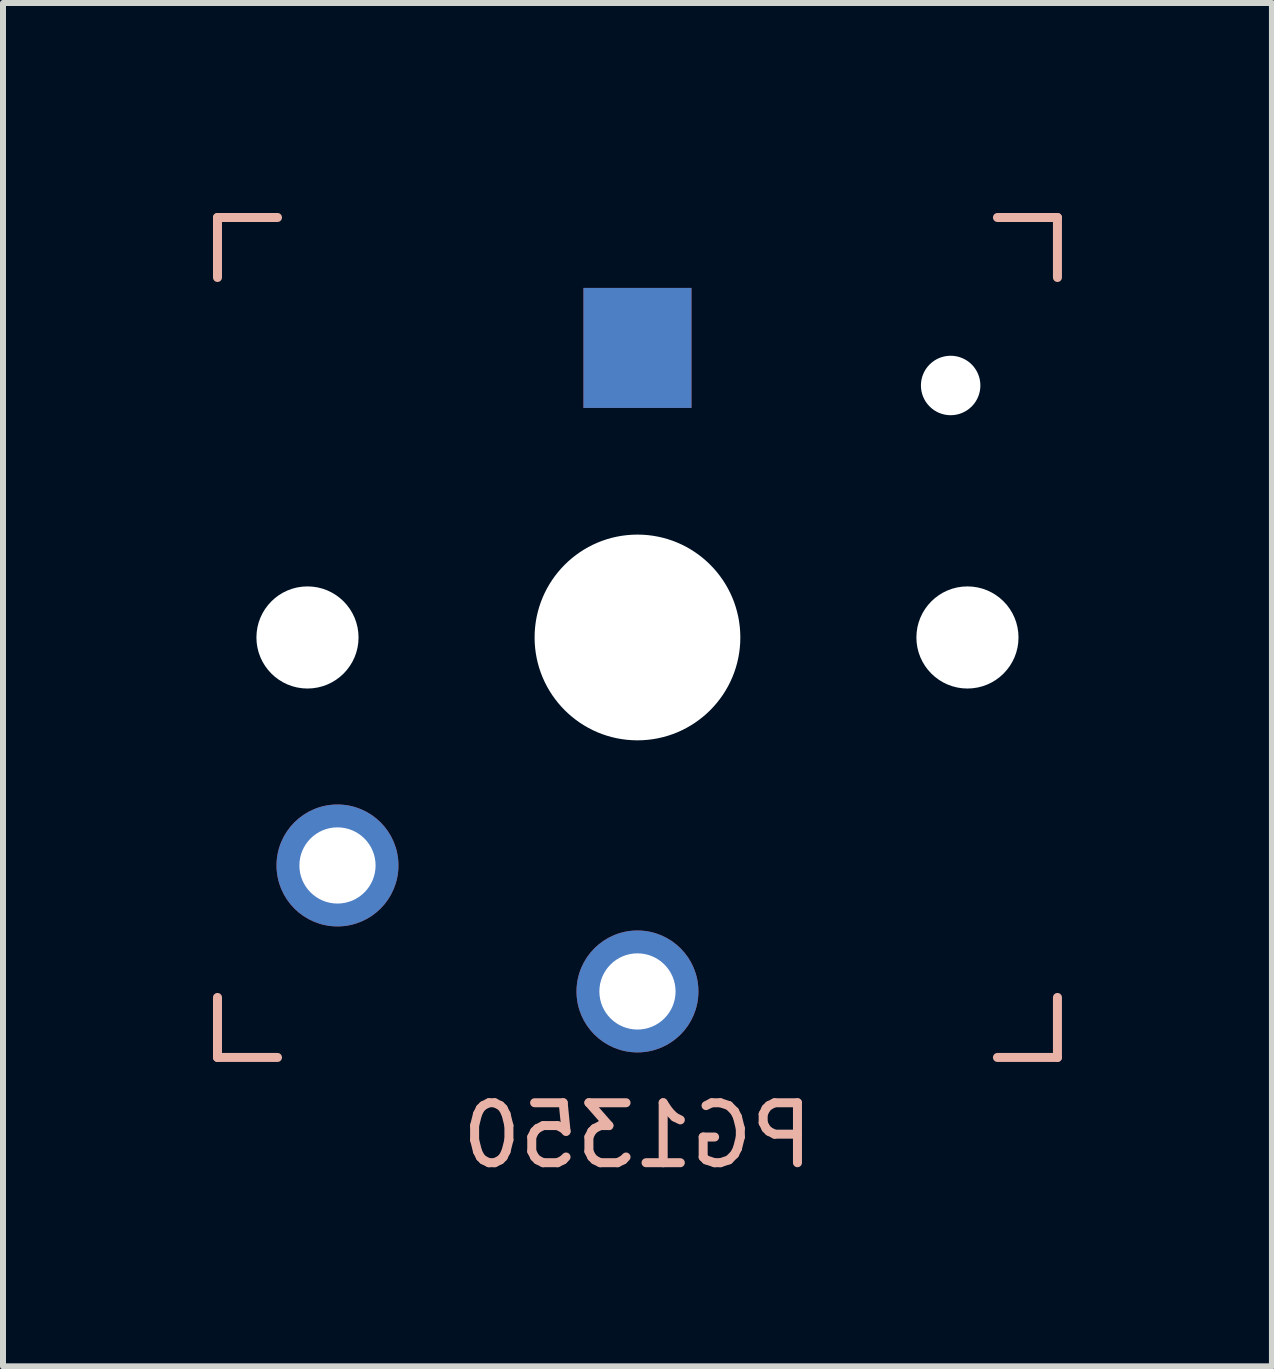
<source format=kicad_pcb>
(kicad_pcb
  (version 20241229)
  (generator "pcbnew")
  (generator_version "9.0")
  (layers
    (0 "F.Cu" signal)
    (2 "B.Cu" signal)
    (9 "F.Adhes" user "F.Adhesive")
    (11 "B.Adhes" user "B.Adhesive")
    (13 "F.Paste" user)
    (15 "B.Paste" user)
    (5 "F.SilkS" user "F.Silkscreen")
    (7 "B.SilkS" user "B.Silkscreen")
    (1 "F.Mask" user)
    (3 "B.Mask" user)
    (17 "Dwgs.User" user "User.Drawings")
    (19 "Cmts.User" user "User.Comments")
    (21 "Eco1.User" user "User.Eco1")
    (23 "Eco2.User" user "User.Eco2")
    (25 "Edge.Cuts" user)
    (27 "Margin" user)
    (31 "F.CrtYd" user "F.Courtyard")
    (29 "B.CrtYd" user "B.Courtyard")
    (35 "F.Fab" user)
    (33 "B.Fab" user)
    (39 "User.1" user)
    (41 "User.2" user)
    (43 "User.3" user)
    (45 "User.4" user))
  (footprint "PG1350"
    (layer "F.Cu")
    (at 7.575 7.575)
    (property "Reference" "PG1350" (at 0 8.3 0) (layer "B.SilkS") (effects (font (size 1 1) (thickness 0.15)) (justify mirror)))
    (attr through_hole)
    (fp_line (start -7 -7) (end -6 -7) (stroke (width 0.15) (type solid)) (layer "B.SilkS"))
    (fp_line (start -7 -6) (end -7 -7) (stroke (width 0.15) (type solid)) (layer "B.SilkS"))
    (fp_line (start -7 7) (end -7 6) (stroke (width 0.15) (type solid)) (layer "B.SilkS"))
    (fp_line (start -6 7) (end -7 7) (stroke (width 0.15) (type solid)) (layer "B.SilkS"))
    (fp_line (start 6 -7) (end 7 -7) (stroke (width 0.15) (type solid)) (layer "B.SilkS"))
    (fp_line (start 7 -7) (end 7 -6) (stroke (width 0.15) (type solid)) (layer "B.SilkS"))
    (fp_line (start 7 6) (end 7 7) (stroke (width 0.15) (type solid)) (layer "B.SilkS"))
    (fp_line (start 7 7) (end 6 7) (stroke (width 0.15) (type solid)) (layer "B.SilkS"))
    (fp_line (start -7.5 -7.5) (end 7.5 -7.5) (stroke (width 0.15) (type solid)) (layer "Eco2.User"))
    (fp_line (start -7.5 7.5) (end -7.5 -7.5) (stroke (width 0.15) (type solid)) (layer "Eco2.User"))
    (fp_line (start -6.9 6.9) (end -6.9 -6.9) (stroke (width 0.15) (type solid)) (layer "Eco2.User"))
    (fp_line (start -6.9 6.9) (end 6.9 6.9) (stroke (width 0.15) (type solid)) (layer "Eco2.User"))
    (fp_line (start -2.6 -3.1) (end -2.6 -6.3) (stroke (width 0.15) (type solid)) (layer "Eco2.User"))
    (fp_line (start -2.6 -3.1) (end 2.6 -3.1) (stroke (width 0.15) (type solid)) (layer "Eco2.User"))
    (fp_line (start 2.6 -6.3) (end -2.6 -6.3) (stroke (width 0.15) (type solid)) (layer "Eco2.User"))
    (fp_line (start 2.6 -3.1) (end 2.6 -6.3) (stroke (width 0.15) (type solid)) (layer "Eco2.User"))
    (fp_line (start 6.9 -6.9) (end -6.9 -6.9) (stroke (width 0.15) (type solid)) (layer "Eco2.User"))
    (fp_line (start 6.9 -6.9) (end 6.9 6.9) (stroke (width 0.15) (type solid)) (layer "Eco2.User"))
    (fp_line (start 7.5 -7.5) (end 7.5 7.5) (stroke (width 0.15) (type solid)) (layer "Eco2.User"))
    (fp_line (start 7.5 7.5) (end -7.5 7.5) (stroke (width 0.15) (type solid)) (layer "Eco2.User"))
    (pad "" np_thru_hole circle (at -5.5 0) (size 1.702 1.702) (drill 1.702) (layers "*.Cu" "*.Mask"))
    (pad "" np_thru_hole circle (at 0 0) (size 3.429 3.429) (drill 3.429) (layers "*.Cu" "*.Mask"))
    (pad "" np_thru_hole circle (at 5.22 -4.2) (size 0.991 0.991) (drill 0.991) (layers "*.Cu" "*.Mask"))
    (pad "" np_thru_hole circle (at 5.5 0) (size 1.702 1.702) (drill 1.702) (layers "*.Cu" "*.Mask"))
    (pad "1" thru_hole circle (at 0 5.9) (size 2.032 2.032) (drill 1.27) (layers "*.Cu" "*.Mask"))
    (pad "2" thru_hole circle (at -5 3.8) (size 2.032 2.032) (drill 1.27) (layers "*.Cu" "*.Mask"))
    (pad "3" thru_hole rect (at 0 -4.826) (size 1.8 2) (drill 0.001) (layers "*.Cu" "*.Mask")))
  (gr_rect
    (start -3 -3)
    (end 18.15 19.723)
    (stroke (width 0.1) (type default))
    (fill no)
    (layer "Edge.Cuts")))
</source>
